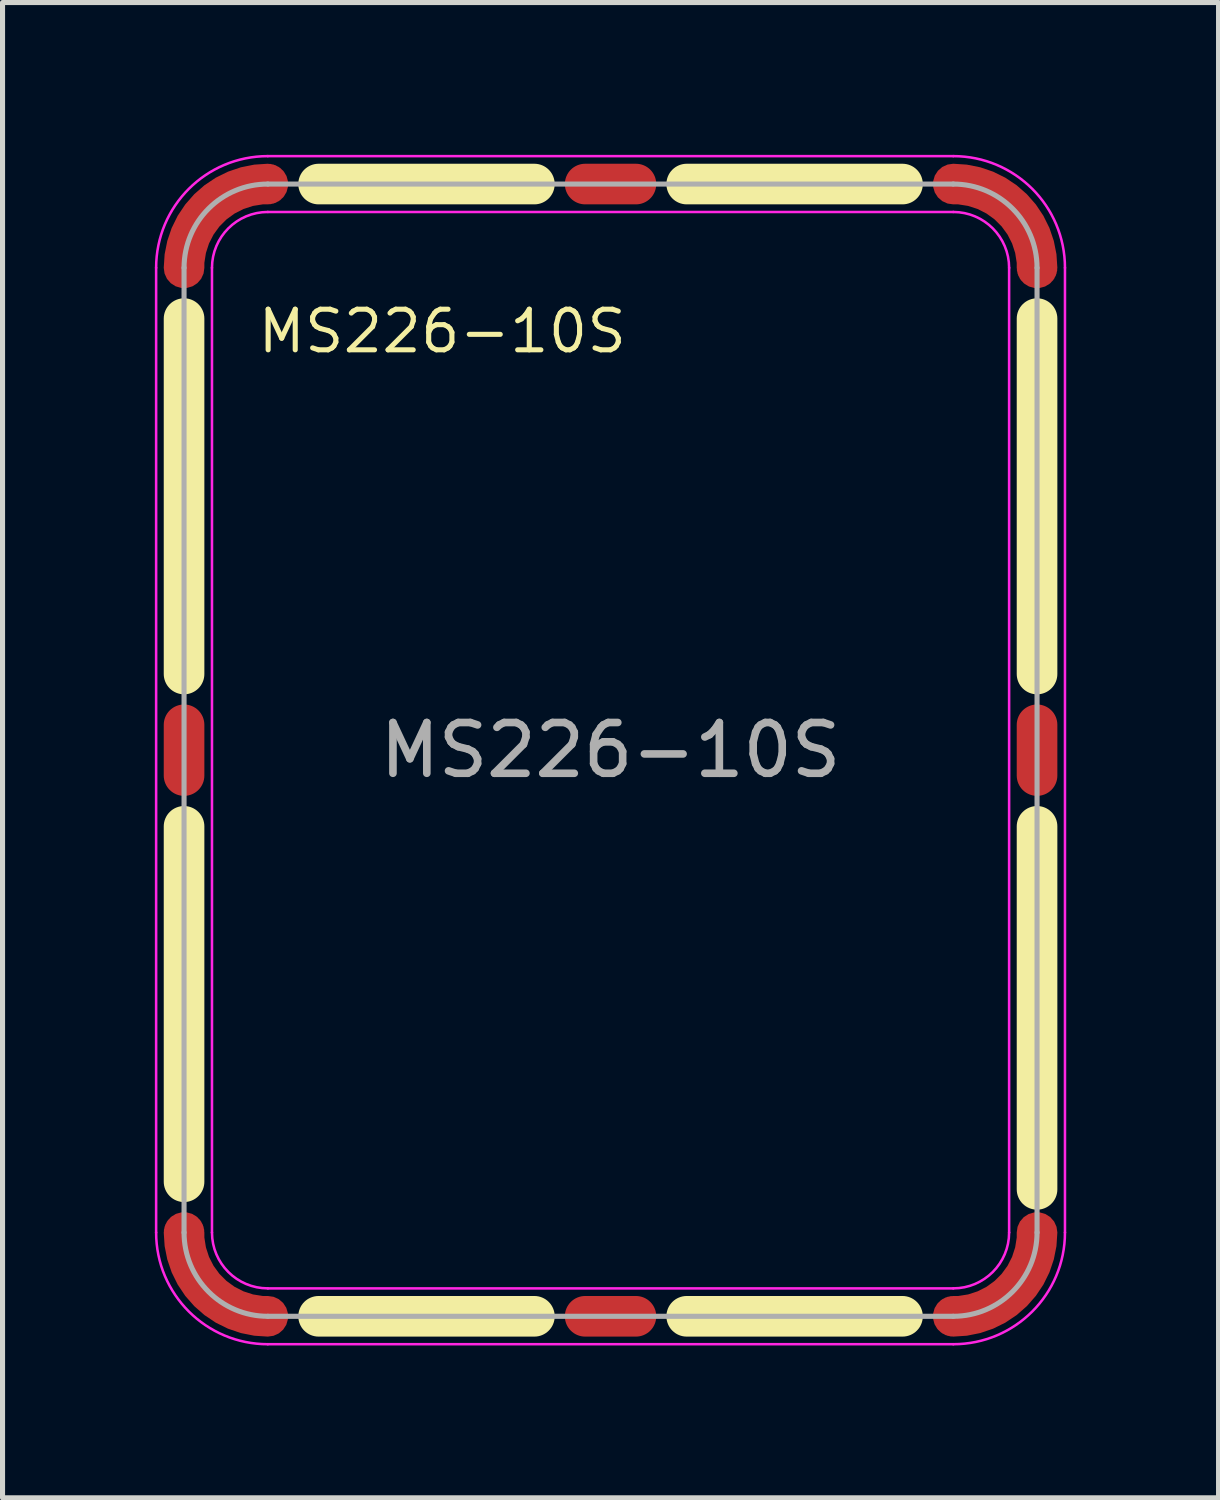
<source format=kicad_pcb>
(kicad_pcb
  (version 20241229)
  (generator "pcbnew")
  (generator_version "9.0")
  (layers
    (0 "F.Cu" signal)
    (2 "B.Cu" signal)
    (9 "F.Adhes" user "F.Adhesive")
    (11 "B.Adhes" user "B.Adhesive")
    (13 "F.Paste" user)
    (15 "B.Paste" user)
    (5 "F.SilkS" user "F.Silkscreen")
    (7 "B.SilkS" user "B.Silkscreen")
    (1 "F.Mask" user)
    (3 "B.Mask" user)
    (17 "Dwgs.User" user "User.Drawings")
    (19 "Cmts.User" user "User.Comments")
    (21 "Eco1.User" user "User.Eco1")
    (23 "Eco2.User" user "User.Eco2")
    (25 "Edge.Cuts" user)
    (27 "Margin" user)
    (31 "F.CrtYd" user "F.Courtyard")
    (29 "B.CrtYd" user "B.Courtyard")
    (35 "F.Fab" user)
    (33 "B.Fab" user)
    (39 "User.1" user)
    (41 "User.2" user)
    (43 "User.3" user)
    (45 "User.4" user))
  (footprint "MS226-10S"
    (layer "F.Cu")
    (at 8.975 11.725)
    (property "Reference" "MS226-10S" (at -7 -8.25 0) (unlocked yes) (layer "F.SilkS") (effects (font (size 0.8 0.8) (thickness 0.1)) (justify left)))
    (attr smd)
    (fp_line (start -8.4 -1.5) (end -8.4 -8.5) (stroke (width 0.8) (type default)) (layer "F.SilkS"))
    (fp_line (start -8.4 8.5) (end -8.4 1.5) (stroke (width 0.8) (type default)) (layer "F.SilkS"))
    (fp_line (start -5.75 -11.15) (end -1.5 -11.15) (stroke (width 0.8) (type default)) (layer "F.SilkS"))
    (fp_line (start -5.75 11.15) (end -1.5 11.15) (stroke (width 0.8) (type default)) (layer "F.SilkS"))
    (fp_line (start 1.5 -11.15) (end 5.75 -11.15) (stroke (width 0.8) (type default)) (layer "F.SilkS"))
    (fp_line (start 1.5 11.15) (end 5.75 11.15) (stroke (width 0.8) (type default)) (layer "F.SilkS"))
    (fp_line (start 8.4 -1.5) (end 8.4 -8.5) (stroke (width 0.8) (type default)) (layer "F.SilkS"))
    (fp_line (start 8.4 8.65) (end 8.4 1.5) (stroke (width 0.8) (type default)) (layer "F.SilkS"))
    (fp_line (start -8.95 9.5) (end -8.95 -9.5) (stroke (width 0.05) (type default)) (layer "F.CrtYd"))
    (fp_line (start -7.85 9.5) (end -7.85 -9.5) (stroke (width 0.05) (type default)) (layer "F.CrtYd"))
    (fp_line (start -6.75 -11.7) (end 6.75 -11.7) (stroke (width 0.05) (type default)) (layer "F.CrtYd"))
    (fp_line (start -6.75 -10.6) (end 6.75 -10.6) (stroke (width 0.05) (type default)) (layer "F.CrtYd"))
    (fp_line (start -6.75 10.6) (end 6.75 10.6) (stroke (width 0.05) (type default)) (layer "F.CrtYd"))
    (fp_line (start -6.75 11.7) (end 6.75 11.7) (stroke (width 0.05) (type default)) (layer "F.CrtYd"))
    (fp_line (start 7.85 9.5) (end 7.85 -9.5) (stroke (width 0.05) (type default)) (layer "F.CrtYd"))
    (fp_line (start 8.95 9.5) (end 8.95 -9.5) (stroke (width 0.05) (type default)) (layer "F.CrtYd"))
    (fp_arc (start -8.95 -9.5) (mid -8.305635 -11.055635) (end -6.75 -11.7) (stroke (width 0.05) (type default)) (layer "F.CrtYd"))
    (fp_arc (start -7.85 -9.5) (mid -7.527817 -10.277817) (end -6.75 -10.6) (stroke (width 0.05) (type default)) (layer "F.CrtYd"))
    (fp_arc (start -6.75 10.599999) (mid -7.527817 10.277817) (end -7.849999 9.5) (stroke (width 0.05) (type default)) (layer "F.CrtYd"))
    (fp_arc (start -6.75 11.7) (mid -8.305635 11.055635) (end -8.95 9.5) (stroke (width 0.05) (type default)) (layer "F.CrtYd"))
    (fp_arc (start 6.75 -11.7) (mid 8.305635 -11.055635) (end 8.95 -9.5) (stroke (width 0.05) (type default)) (layer "F.CrtYd"))
    (fp_arc (start 6.75 -10.599999) (mid 7.527817 -10.277817) (end 7.849999 -9.5) (stroke (width 0.05) (type default)) (layer "F.CrtYd"))
    (fp_arc (start 7.849999 9.5) (mid 7.527817 10.277817) (end 6.75 10.599999) (stroke (width 0.05) (type default)) (layer "F.CrtYd"))
    (fp_arc (start 8.95 9.5) (mid 8.305635 11.055635) (end 6.75 11.7) (stroke (width 0.05) (type default)) (layer "F.CrtYd"))
    (fp_line (start -8.4 -9.5) (end -8.4 9.5) (stroke (width 0.1) (type default)) (layer "F.Fab"))
    (fp_line (start -6.75 11.15) (end 6.75 11.15) (stroke (width 0.1) (type default)) (layer "F.Fab"))
    (fp_line (start 6.75 -11.15) (end -6.75 -11.15) (stroke (width 0.1) (type default)) (layer "F.Fab"))
    (fp_line (start 8.4 9.5) (end 8.4 -9.5) (stroke (width 0.1) (type default)) (layer "F.Fab"))
    (fp_arc (start -8.4 -9.5) (mid -7.916726 -10.666726) (end -6.75 -11.15) (stroke (width 0.1) (type default)) (layer "F.Fab"))
    (fp_arc (start -6.75 11.15) (mid -7.916726 10.666726) (end -8.4 9.5) (stroke (width 0.1) (type default)) (layer "F.Fab"))
    (fp_arc (start 6.75 -11.15) (mid 7.916726 -10.666726) (end 8.4 -9.5) (stroke (width 0.1) (type default)) (layer "F.Fab"))
    (fp_arc (start 8.4 9.5) (mid 7.916726 10.666726) (end 6.75 11.15) (stroke (width 0.1) (type default)) (layer "F.Fab"))
    (fp_text user "${REFERENCE}" (at 0 0 0) (layer "F.Fab") (effects (font (size 1 1) (thickness 0.15))))
    (pad "1" smd oval (at -8.4 0 90) (size 1.8 0.8) (layers "F.Cu" "F.Mask" "F.Paste"))
    (pad "1" smd custom (at -8.4 9.5 270) (size 0.8 0.8) (layers "F.Cu" "F.Mask" "F.Paste") (options (anchor circle)) (primitives (gr_arc (start 1.65 -1.65) (mid 1.166726 -0.483274) (end 0 0) (width 0.8))))
    (pad "1" smd custom (at -6.75 -11.15 180) (size 0.8 0.8) (layers "F.Cu" "F.Mask" "F.Paste") (options (anchor circle)) (primitives (gr_arc (start 1.65 -1.65) (mid 1.166726 -0.483274) (end 0 0) (width 0.8))))
    (pad "1" smd oval (at 0 -11.15 180) (size 1.8 0.8) (layers "F.Cu" "F.Mask" "F.Paste"))
    (pad "1" smd oval (at 0 11.15 180) (size 1.8 0.8) (layers "F.Cu" "F.Mask" "F.Paste"))
    (pad "1" smd custom (at 6.75 11.15) (size 0.8 0.8) (layers "F.Cu" "F.Mask" "F.Paste") (options (anchor circle)) (primitives (gr_arc (start 1.65 -1.65) (mid 1.166726 -0.483274) (end 0 0) (width 0.8))))
    (pad "1" smd custom (at 8.4 -9.5 90) (size 0.8 0.8) (layers "F.Cu" "F.Mask" "F.Paste") (options (anchor circle)) (primitives (gr_arc (start 1.65 -1.65) (mid 1.166726 -0.483274) (end 0 0) (width 0.8))))
    (pad "1" smd oval (at 8.4 0 90) (size 1.8 0.8) (layers "F.Cu" "F.Mask" "F.Paste")))
  (gr_rect
    (start -3 -3)
    (end 20.95 26.45)
    (stroke (width 0.1) (type default))
    (fill no)
    (layer "Edge.Cuts")))
</source>
